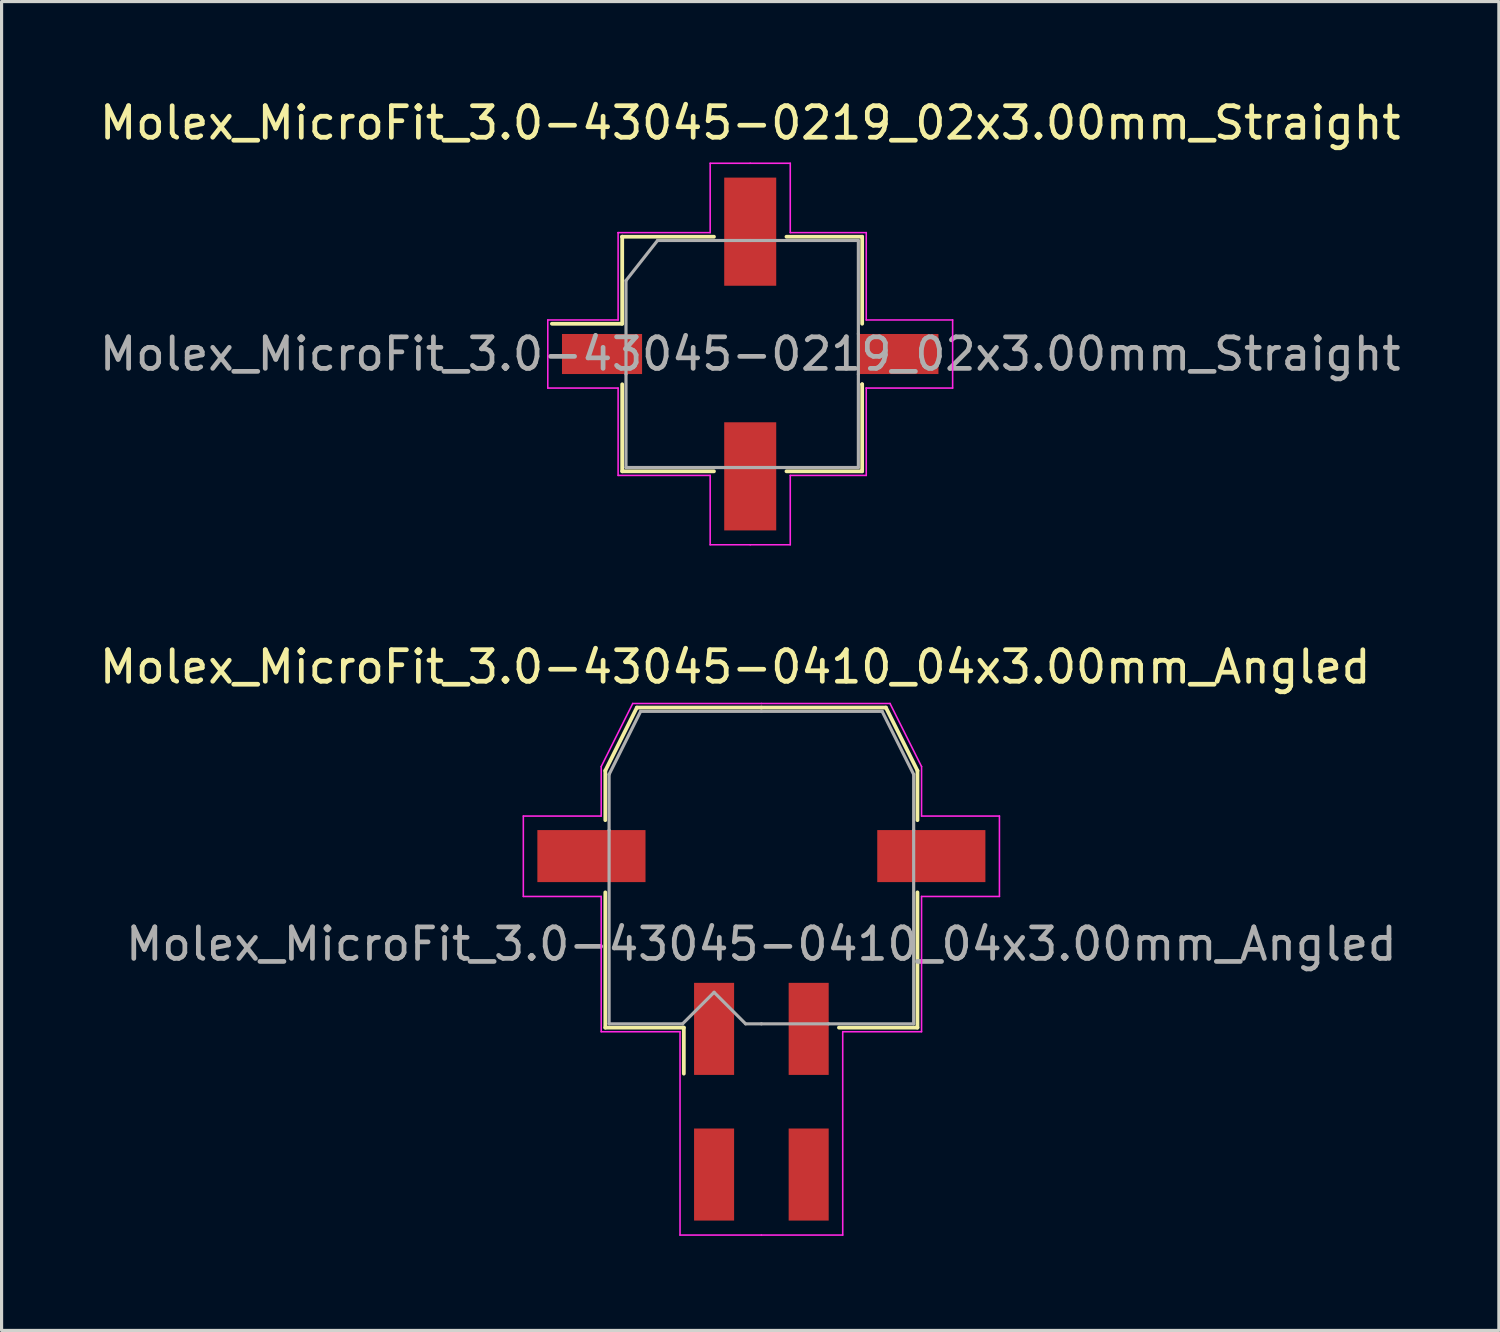
<source format=kicad_pcb>
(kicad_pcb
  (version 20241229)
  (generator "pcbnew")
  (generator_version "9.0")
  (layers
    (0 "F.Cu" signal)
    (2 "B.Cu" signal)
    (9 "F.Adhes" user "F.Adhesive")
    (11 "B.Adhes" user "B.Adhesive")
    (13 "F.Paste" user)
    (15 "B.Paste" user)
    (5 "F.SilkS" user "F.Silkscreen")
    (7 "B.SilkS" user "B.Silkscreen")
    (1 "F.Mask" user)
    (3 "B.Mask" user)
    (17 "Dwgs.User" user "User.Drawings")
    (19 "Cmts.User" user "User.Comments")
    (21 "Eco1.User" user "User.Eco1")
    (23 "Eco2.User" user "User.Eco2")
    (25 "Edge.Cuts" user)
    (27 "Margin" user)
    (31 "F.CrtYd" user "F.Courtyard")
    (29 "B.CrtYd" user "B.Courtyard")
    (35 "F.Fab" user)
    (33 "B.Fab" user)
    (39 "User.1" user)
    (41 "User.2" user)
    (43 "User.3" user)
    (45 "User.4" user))
  (footprint "Molex_MicroFit_3.0-43045-0219_02x3.00mm_Straight"
    (layer "F.Cu")
    (at 20.744 8.178)
    (property "Reference" "Molex_MicroFit_3.0-43045-0219_02x3.00mm_Straight" (at 0 -7.33 0) (layer "F.SilkS") (effects (font (size 1 1) (thickness 0.15))))
    (attr smd)
    (fp_line (start -6.29 -0.96) (end -4.06 -0.96) (stroke (width 0.12) (type solid)) (layer "F.SilkS"))
    (fp_line (start -4.06 -3.72) (end -4.06 -3.72) (stroke (width 0.12) (type solid)) (layer "F.SilkS"))
    (fp_line (start -4.06 -3.72) (end -1.15 -3.72) (stroke (width 0.12) (type solid)) (layer "F.SilkS"))
    (fp_line (start -4.06 -0.96) (end -4.06 -3.72) (stroke (width 0.12) (type solid)) (layer "F.SilkS"))
    (fp_line (start -4.06 3.72) (end -4.06 0.96) (stroke (width 0.12) (type solid)) (layer "F.SilkS"))
    (fp_line (start -1.15 3.72) (end -4.06 3.72) (stroke (width 0.12) (type solid)) (layer "F.SilkS"))
    (fp_line (start 1.15 -3.72) (end 3.55 -3.72) (stroke (width 0.12) (type solid)) (layer "F.SilkS"))
    (fp_line (start 3.55 -3.72) (end 3.55 -0.96) (stroke (width 0.12) (type solid)) (layer "F.SilkS"))
    (fp_line (start 3.55 0.96) (end 3.55 0.96) (stroke (width 0.12) (type solid)) (layer "F.SilkS"))
    (fp_line (start 3.55 0.96) (end 3.55 3.72) (stroke (width 0.12) (type solid)) (layer "F.SilkS"))
    (fp_line (start 3.55 3.72) (end 1.15 3.72) (stroke (width 0.12) (type solid)) (layer "F.SilkS"))
    (fp_line (start -6.42 -1.08) (end -4.19 -1.08) (stroke (width 0.05) (type solid)) (layer "F.CrtYd"))
    (fp_line (start -6.42 1.08) (end -6.42 -1.08) (stroke (width 0.05) (type solid)) (layer "F.CrtYd"))
    (fp_line (start -4.19 -3.85) (end -4.19 -3.85) (stroke (width 0.05) (type solid)) (layer "F.CrtYd"))
    (fp_line (start -4.19 -3.85) (end -1.27 -3.85) (stroke (width 0.05) (type solid)) (layer "F.CrtYd"))
    (fp_line (start -4.19 -1.08) (end -4.19 -3.85) (stroke (width 0.05) (type solid)) (layer "F.CrtYd"))
    (fp_line (start -4.19 1.08) (end -6.42 1.08) (stroke (width 0.05) (type solid)) (layer "F.CrtYd"))
    (fp_line (start -4.19 3.85) (end -4.19 1.08) (stroke (width 0.05) (type solid)) (layer "F.CrtYd"))
    (fp_line (start -1.27 -6.05) (end 0 -6.05) (stroke (width 0.05) (type solid)) (layer "F.CrtYd"))
    (fp_line (start -1.27 -3.85) (end -1.27 -6.05) (stroke (width 0.05) (type solid)) (layer "F.CrtYd"))
    (fp_line (start -1.27 3.85) (end -4.19 3.85) (stroke (width 0.05) (type solid)) (layer "F.CrtYd"))
    (fp_line (start -1.27 6.05) (end -1.27 3.85) (stroke (width 0.05) (type solid)) (layer "F.CrtYd"))
    (fp_line (start 0 -6.05) (end 1.27 -6.05) (stroke (width 0.05) (type solid)) (layer "F.CrtYd"))
    (fp_line (start 0 6.05) (end -1.27 6.05) (stroke (width 0.05) (type solid)) (layer "F.CrtYd"))
    (fp_line (start 1.27 -6.05) (end 1.27 -3.85) (stroke (width 0.05) (type solid)) (layer "F.CrtYd"))
    (fp_line (start 1.27 -3.85) (end 3.68 -3.85) (stroke (width 0.05) (type solid)) (layer "F.CrtYd"))
    (fp_line (start 1.27 3.85) (end 1.27 6.05) (stroke (width 0.05) (type solid)) (layer "F.CrtYd"))
    (fp_line (start 1.27 6.05) (end 0 6.05) (stroke (width 0.05) (type solid)) (layer "F.CrtYd"))
    (fp_line (start 3.68 -3.85) (end 3.68 -1.08) (stroke (width 0.05) (type solid)) (layer "F.CrtYd"))
    (fp_line (start 3.68 -1.08) (end 6.42 -1.08) (stroke (width 0.05) (type solid)) (layer "F.CrtYd"))
    (fp_line (start 3.68 1.08) (end 3.68 1.08) (stroke (width 0.05) (type solid)) (layer "F.CrtYd"))
    (fp_line (start 3.68 1.08) (end 3.68 3.85) (stroke (width 0.05) (type solid)) (layer "F.CrtYd"))
    (fp_line (start 3.68 3.85) (end 1.27 3.85) (stroke (width 0.05) (type solid)) (layer "F.CrtYd"))
    (fp_line (start 6.42 -1.08) (end 6.42 1.08) (stroke (width 0.05) (type solid)) (layer "F.CrtYd"))
    (fp_line (start 6.42 1.08) (end 3.68 1.08) (stroke (width 0.05) (type solid)) (layer "F.CrtYd"))
    (fp_line (start -3.94 -2.33) (end -2.94 -3.6) (stroke (width 0.1) (type solid)) (layer "F.Fab"))
    (fp_line (start -3.94 0.64) (end -3.94 -2.33) (stroke (width 0.1) (type solid)) (layer "F.Fab"))
    (fp_line (start -3.94 3.6) (end -3.94 0.64) (stroke (width 0.1) (type solid)) (layer "F.Fab"))
    (fp_line (start -2.94 -3.6) (end 0 -3.6) (stroke (width 0.1) (type solid)) (layer "F.Fab"))
    (fp_line (start -0.82 3.6) (end -3.94 3.6) (stroke (width 0.1) (type solid)) (layer "F.Fab"))
    (fp_line (start 0 -3.6) (end 3.43 -3.6) (stroke (width 0.1) (type solid)) (layer "F.Fab"))
    (fp_line (start 3.43 -3.6) (end 3.43 -0.64) (stroke (width 0.1) (type solid)) (layer "F.Fab"))
    (fp_line (start 3.43 -0.64) (end 3.43 0.64) (stroke (width 0.1) (type solid)) (layer "F.Fab"))
    (fp_line (start 3.43 0.64) (end 3.43 3.6) (stroke (width 0.1) (type solid)) (layer "F.Fab"))
    (fp_line (start 3.43 3.6) (end -0.82 3.6) (stroke (width 0.1) (type solid)) (layer "F.Fab"))
    (fp_text user "${REFERENCE}" (at 0 0 0) (layer "F.Fab") (effects (font (size 1 1) (thickness 0.15))))
    (pad "" smd rect (at 0 -3.88) (size 1.65 3.43) (layers "F.Cu" "F.Mask" "F.Paste"))
    (pad "" smd rect (at 0 3.88) (size 1.65 3.43) (layers "F.Cu" "F.Mask" "F.Paste"))
    (pad "1" smd rect (at -4.7 0) (size 2.54 1.27) (layers "F.Cu" "F.Mask" "F.Paste"))
    (pad "2" smd rect (at 4.7 0) (size 2.54 1.27) (layers "F.Cu" "F.Mask" "F.Paste")))
  (footprint "Molex_MicroFit_3.0-43045-0410_04x3.00mm_Angled"
    (layer "F.Cu")
    (at 21.098 31.892)
    (property "Reference" "Molex_MicroFit_3.0-43045-0410_04x3.00mm_Angled" (at -0.83 -13.79 0) (layer "F.SilkS") (effects (font (size 1 1) (thickness 0.15))))
    (attr smd)
    (fp_line (start -4.95 -10.5) (end -4.95 -8.93) (stroke (width 0.12) (type solid)) (layer "F.SilkS"))
    (fp_line (start -4.95 -6.64) (end -4.95 -2.35) (stroke (width 0.12) (type solid)) (layer "F.SilkS"))
    (fp_line (start -4.95 -2.35) (end -2.46 -2.35) (stroke (width 0.12) (type solid)) (layer "F.SilkS"))
    (fp_line (start -3.95 -12.5) (end -4.95 -10.5) (stroke (width 0.12) (type solid)) (layer "F.SilkS"))
    (fp_line (start -2.46 -2.35) (end -2.46 -0.89) (stroke (width 0.12) (type solid)) (layer "F.SilkS"))
    (fp_line (start 0 -12.5) (end -3.95 -12.5) (stroke (width 0.12) (type solid)) (layer "F.SilkS"))
    (fp_line (start 0 -12.5) (end 3.95 -12.5) (stroke (width 0.12) (type solid)) (layer "F.SilkS"))
    (fp_line (start 3.95 -12.5) (end 4.95 -10.5) (stroke (width 0.12) (type solid)) (layer "F.SilkS"))
    (fp_line (start 4.95 -10.5) (end 4.95 -8.93) (stroke (width 0.12) (type solid)) (layer "F.SilkS"))
    (fp_line (start 4.95 -6.64) (end 4.95 -2.35) (stroke (width 0.12) (type solid)) (layer "F.SilkS"))
    (fp_line (start 4.95 -2.35) (end 2.46 -2.35) (stroke (width 0.12) (type solid)) (layer "F.SilkS"))
    (fp_line (start -7.55 -9.06) (end -7.55 -6.51) (stroke (width 0.05) (type solid)) (layer "F.CrtYd"))
    (fp_line (start -7.55 -6.51) (end -5.08 -6.51) (stroke (width 0.05) (type solid)) (layer "F.CrtYd"))
    (fp_line (start -5.08 -10.63) (end -5.08 -9.06) (stroke (width 0.05) (type solid)) (layer "F.CrtYd"))
    (fp_line (start -5.08 -9.06) (end -7.55 -9.06) (stroke (width 0.05) (type solid)) (layer "F.CrtYd"))
    (fp_line (start -5.08 -6.51) (end -5.08 -2.22) (stroke (width 0.05) (type solid)) (layer "F.CrtYd"))
    (fp_line (start -5.08 -2.22) (end -2.58 -2.22) (stroke (width 0.05) (type solid)) (layer "F.CrtYd"))
    (fp_line (start -4.08 -12.63) (end -5.08 -10.63) (stroke (width 0.05) (type solid)) (layer "F.CrtYd"))
    (fp_line (start -2.58 -2.22) (end -2.58 4.23) (stroke (width 0.05) (type solid)) (layer "F.CrtYd"))
    (fp_line (start -2.58 4.23) (end 0 4.23) (stroke (width 0.05) (type solid)) (layer "F.CrtYd"))
    (fp_line (start 0 -12.63) (end -4.08 -12.63) (stroke (width 0.05) (type solid)) (layer "F.CrtYd"))
    (fp_line (start 0 -12.63) (end 4.08 -12.63) (stroke (width 0.05) (type solid)) (layer "F.CrtYd"))
    (fp_line (start 2.58 -2.22) (end 2.58 4.23) (stroke (width 0.05) (type solid)) (layer "F.CrtYd"))
    (fp_line (start 2.58 4.23) (end 0 4.23) (stroke (width 0.05) (type solid)) (layer "F.CrtYd"))
    (fp_line (start 4.08 -12.63) (end 5.08 -10.63) (stroke (width 0.05) (type solid)) (layer "F.CrtYd"))
    (fp_line (start 5.08 -10.63) (end 5.08 -9.06) (stroke (width 0.05) (type solid)) (layer "F.CrtYd"))
    (fp_line (start 5.08 -9.06) (end 7.55 -9.06) (stroke (width 0.05) (type solid)) (layer "F.CrtYd"))
    (fp_line (start 5.08 -6.51) (end 5.08 -2.22) (stroke (width 0.05) (type solid)) (layer "F.CrtYd"))
    (fp_line (start 5.08 -2.22) (end 2.58 -2.22) (stroke (width 0.05) (type solid)) (layer "F.CrtYd"))
    (fp_line (start 7.55 -9.06) (end 7.55 -6.51) (stroke (width 0.05) (type solid)) (layer "F.CrtYd"))
    (fp_line (start 7.55 -6.51) (end 5.08 -6.51) (stroke (width 0.05) (type solid)) (layer "F.CrtYd"))
    (fp_line (start -4.83 -10.38) (end -4.83 -8.61) (stroke (width 0.1) (type solid)) (layer "F.Fab"))
    (fp_line (start -4.83 -8.61) (end -4.83 -2.47) (stroke (width 0.1) (type solid)) (layer "F.Fab"))
    (fp_line (start -4.83 -2.47) (end -2.5 -2.47) (stroke (width 0.1) (type solid)) (layer "F.Fab"))
    (fp_line (start -3.83 -12.38) (end -4.83 -10.38) (stroke (width 0.1) (type solid)) (layer "F.Fab"))
    (fp_line (start -2.5 -2.47) (end -1.5 -3.47) (stroke (width 0.1) (type solid)) (layer "F.Fab"))
    (fp_line (start -1.5 -3.47) (end -0.5 -2.47) (stroke (width 0.1) (type solid)) (layer "F.Fab"))
    (fp_line (start -0.5 -2.47) (end 0 -2.47) (stroke (width 0.1) (type solid)) (layer "F.Fab"))
    (fp_line (start 0 -12.38) (end -3.83 -12.38) (stroke (width 0.1) (type solid)) (layer "F.Fab"))
    (fp_line (start 0 -12.38) (end 3.83 -12.38) (stroke (width 0.1) (type solid)) (layer "F.Fab"))
    (fp_line (start 2.13 -2.47) (end 0 -2.47) (stroke (width 0.1) (type solid)) (layer "F.Fab"))
    (fp_line (start 3.83 -12.38) (end 4.83 -10.38) (stroke (width 0.1) (type solid)) (layer "F.Fab"))
    (fp_line (start 4.83 -10.38) (end 4.83 -8.61) (stroke (width 0.1) (type solid)) (layer "F.Fab"))
    (fp_line (start 4.83 -8.61) (end 4.83 -2.47) (stroke (width 0.1) (type solid)) (layer "F.Fab"))
    (fp_line (start 4.83 -2.47) (end 2.13 -2.47) (stroke (width 0.1) (type solid)) (layer "F.Fab"))
    (fp_text user "${REFERENCE}" (at 0 -5 0) (layer "F.Fab") (effects (font (size 1 1) (thickness 0.15))))
    (pad "" smd rect (at -5.39 -7.79) (size 3.43 1.65) (layers "F.Cu" "F.Mask" "F.Paste"))
    (pad "" smd rect (at 5.39 -7.79) (size 3.43 1.65) (layers "F.Cu" "F.Mask" "F.Paste"))
    (pad "1" smd rect (at -1.5 -2.31) (size 1.27 2.92) (layers "F.Cu" "F.Mask" "F.Paste"))
    (pad "2" smd rect (at 1.5 -2.31) (size 1.27 2.92) (layers "F.Cu" "F.Mask" "F.Paste"))
    (pad "3" smd rect (at 1.5 2.31) (size 1.27 2.92) (layers "F.Cu" "F.Mask" "F.Paste"))
    (pad "4" smd rect (at -1.5 2.31) (size 1.27 2.92) (layers "F.Cu" "F.Mask" "F.Paste")))
  (gr_rect
    (start -3 -3)
    (end 44.488 39.147)
    (stroke (width 0.1) (type default))
    (fill no)
    (layer "Edge.Cuts")))
</source>
